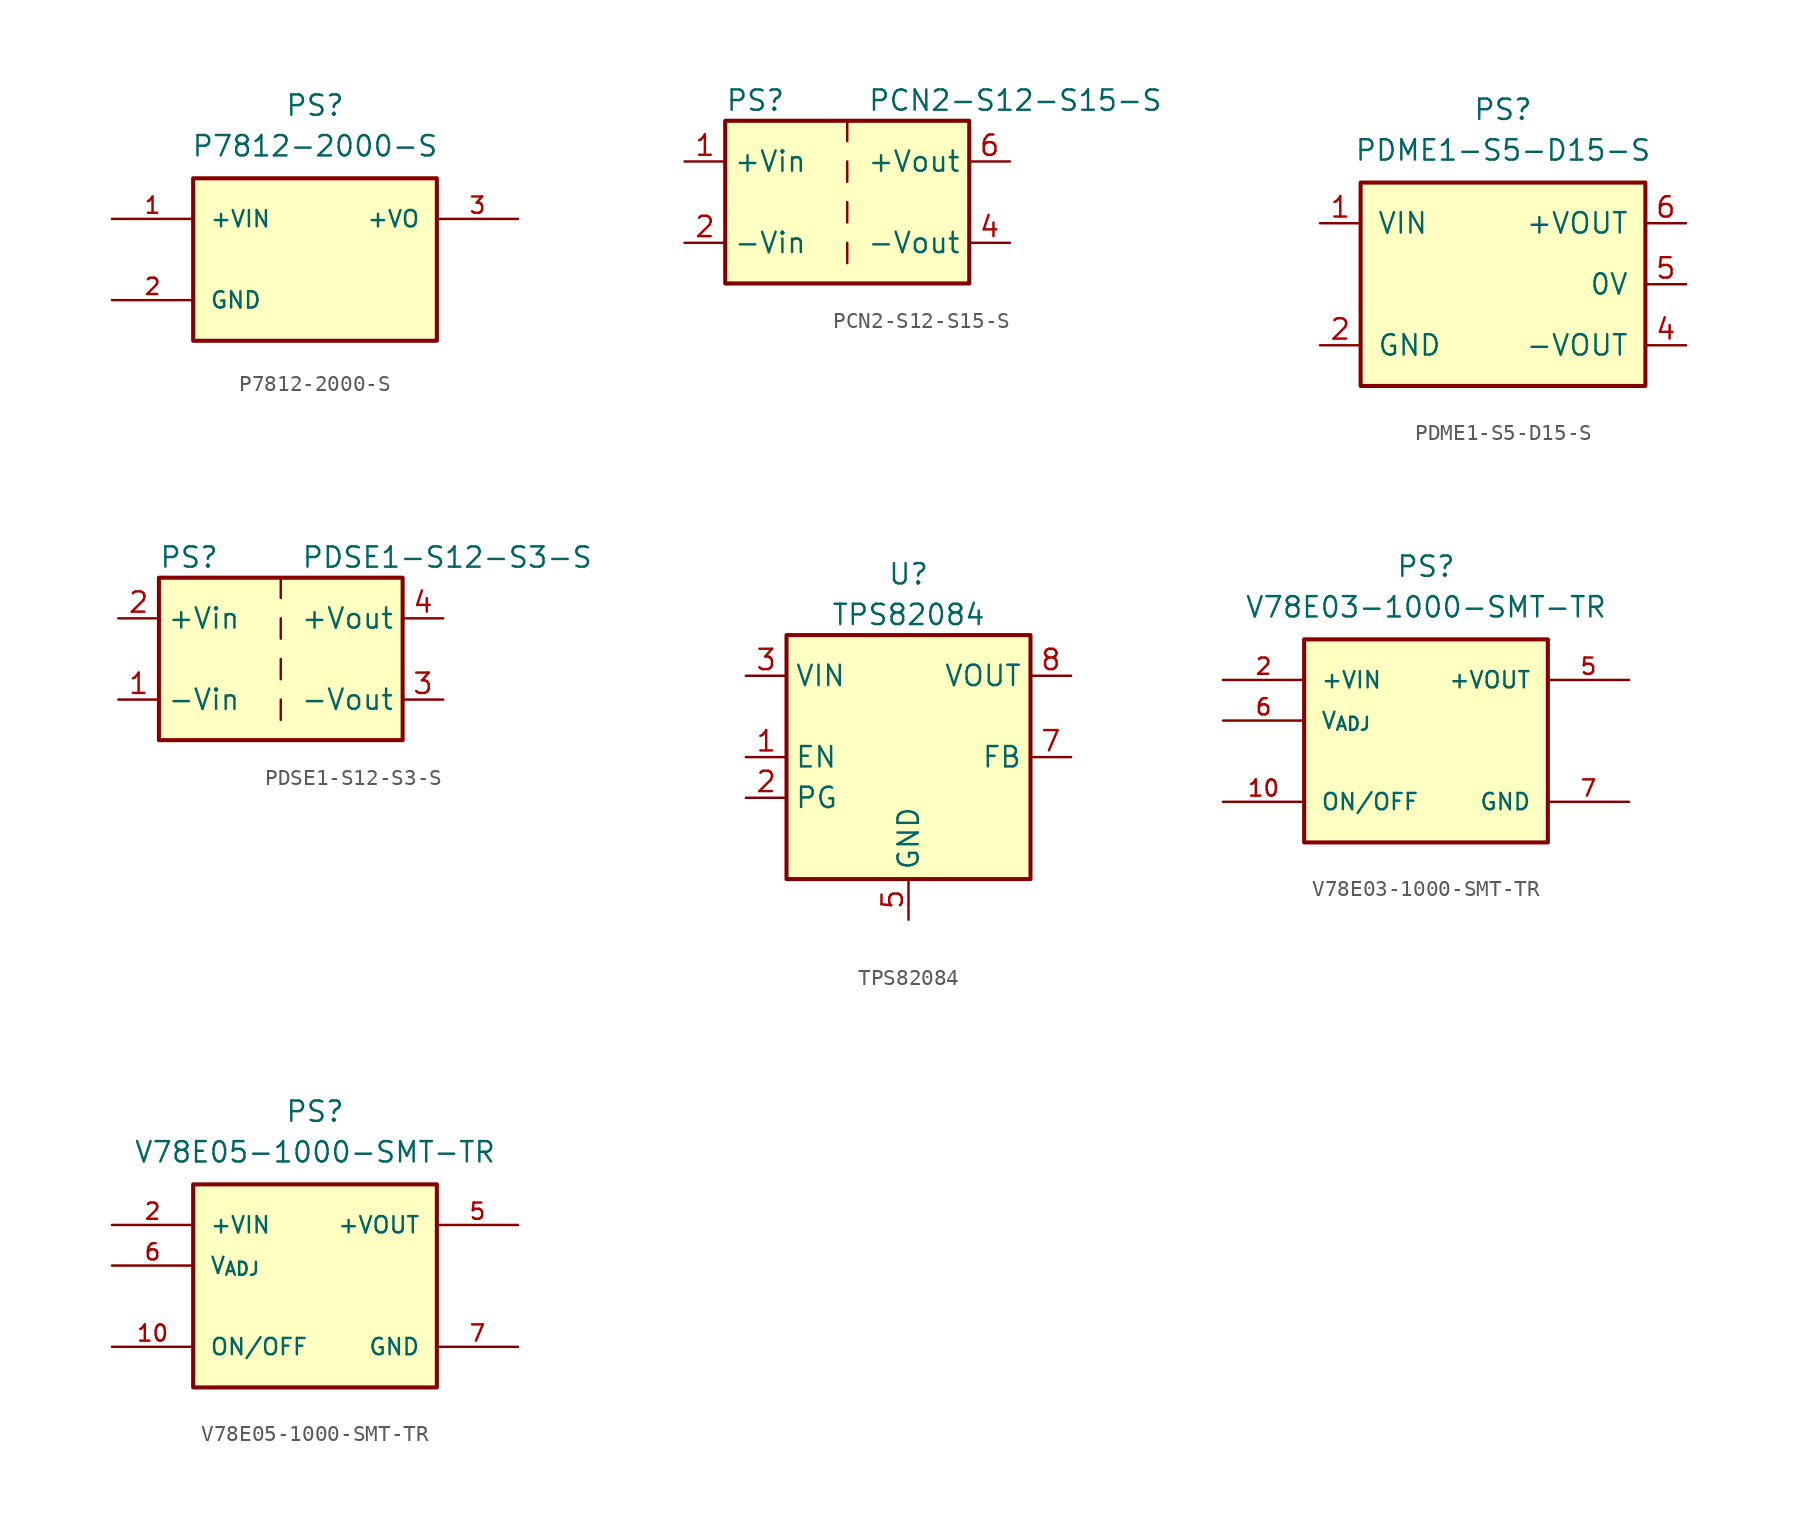
<source format=kicad_sym>
(kicad_symbol_lib
  (version 20220914)
  (generator kicad_symbol_editor)
  (symbol "P7812-2000-S"
    (pin_names
      (offset 1.016))
    (property "Reference" "PS"
      (at 0 8.89 0)
      (effects (font (size 1.27 1.27)) (justify bottom)))
    (property "Value" "P7812-2000-S"
      (at 0 6.35 0)
      (effects (font (size 1.27 1.27)) (justify bottom)))
    (symbol "P7812-2000-S_0_0"
      (rectangle (start -7.62 5.08) (end 7.62 -5.08) (stroke (width 0.254) (type solid)) (fill (type background)))
      (pin input line (at -12.7 2.54 0) (length 5.08) (name "+VIN" (effects (font (size 1.016 1.016)))) (number "1" (effects (font (size 1.016 1.016)))))
      (pin power_in line (at -12.7 -2.54 0) (length 5.08) (name "GND" (effects (font (size 1.016 1.016)))) (number "2" (effects (font (size 1.016 1.016)))))
      (pin power_out line (at 12.7 2.54 180) (length 5.08) (name "+VO" (effects (font (size 1.016 1.016)))) (number "3" (effects (font (size 1.016 1.016)))))))
  (symbol "PCN2-S12-S15-S"
    (property "Reference" "PS"
      (at -7.62 6.35 0)
      (effects (font (size 1.27 1.27)) (justify left)))
    (property "Value" "PCN2-S12-S15-S"
      (at 1.27 6.35 0)
      (effects (font (size 1.27 1.27)) (justify left)))
    (symbol "PCN2-S12-S15-S_0_0"
      (pin power_in line (at -10.16 2.54 0) (length 2.54) (name "+Vin" (effects (font (size 1.27 1.27)))) (number "1" (effects (font (size 1.27 1.27)))))
      (pin power_in line (at -10.16 -2.54 0) (length 2.54) (name "-Vin" (effects (font (size 1.27 1.27)))) (number "2" (effects (font (size 1.27 1.27)))))
      (pin power_out line (at 10.16 -2.54 180) (length 2.54) (name "-Vout" (effects (font (size 1.27 1.27)))) (number "4" (effects (font (size 1.27 1.27)))))
      (pin power_out line (at 10.16 2.54 180) (length 2.54) (name "+Vout" (effects (font (size 1.27 1.27)))) (number "6" (effects (font (size 1.27 1.27))))))
    (symbol "PCN2-S12-S15-S_0_1"
      (rectangle (start -7.62 5.08) (end 7.62 -5.08) (stroke (width 0.254) (type default)) (fill (type background)))
      (polyline (pts (xy 0 -2.54) (xy 0 -3.81)) (stroke (width 0) (type default)) (fill (type none)))
      (polyline (pts (xy 0 0) (xy 0 -1.27)) (stroke (width 0) (type default)) (fill (type none)))
      (polyline (pts (xy 0 2.54) (xy 0 1.27)) (stroke (width 0) (type default)) (fill (type none)))
      (polyline (pts (xy 0 5.08) (xy 0 3.81)) (stroke (width 0) (type default)) (fill (type none)))))
  (symbol "PDME1-S5-D15-S"
    (pin_names
      (offset 1.016))
    (property "Reference" "PS"
      (at 0 11.43 0)
      (effects (font (size 1.27 1.27)) (justify bottom)))
    (property "Value" "PDME1-S5-D15-S"
      (at 0 8.89 0)
      (effects (font (size 1.27 1.27)) (justify bottom)))
    (symbol "PDME1-S5-D15-S_0_0"
      (rectangle (start -8.89 7.62) (end 8.89 -5.08) (stroke (width 0.254) (type solid)) (fill (type background)))
      (pin input line (at -11.43 5.08 0) (length 2.54) (name "VIN" (effects (font (size 1.27 1.27)))) (number "1" (effects (font (size 1.27 1.27)))))
      (pin power_in line (at -11.43 -2.54 0) (length 2.54) (name "GND" (effects (font (size 1.27 1.27)))) (number "2" (effects (font (size 1.27 1.27)))))
      (pin output line (at 11.43 -2.54 180) (length 2.54) (name "-VOUT" (effects (font (size 1.27 1.27)))) (number "4" (effects (font (size 1.27 1.27)))))
      (pin passive line (at 11.43 1.27 180) (length 2.54) (name "0V" (effects (font (size 1.27 1.27)))) (number "5" (effects (font (size 1.27 1.27)))))
      (pin output line (at 11.43 5.08 180) (length 2.54) (name "+VOUT" (effects (font (size 1.27 1.27)))) (number "6" (effects (font (size 1.27 1.27)))))))
  (symbol "PDSE1-S12-S3-S"
    (property "Reference" "PS"
      (at -7.62 6.35 0)
      (effects (font (size 1.27 1.27)) (justify left)))
    (property "Value" "PDSE1-S12-S3-S"
      (at 1.27 6.35 0)
      (effects (font (size 1.27 1.27)) (justify left)))
    (symbol "PDSE1-S12-S3-S_0_0"
      (pin power_in line (at -10.16 -2.54 0) (length 2.54) (name "-Vin" (effects (font (size 1.27 1.27)))) (number "1" (effects (font (size 1.27 1.27)))))
      (pin power_in line (at -10.16 2.54 0) (length 2.54) (name "+Vin" (effects (font (size 1.27 1.27)))) (number "2" (effects (font (size 1.27 1.27)))))
      (pin power_out line (at 10.16 -2.54 180) (length 2.54) (name "-Vout" (effects (font (size 1.27 1.27)))) (number "3" (effects (font (size 1.27 1.27)))))
      (pin power_out line (at 10.16 2.54 180) (length 2.54) (name "+Vout" (effects (font (size 1.27 1.27)))) (number "4" (effects (font (size 1.27 1.27))))))
    (symbol "PDSE1-S12-S3-S_0_1"
      (rectangle (start -7.62 5.08) (end 7.62 -5.08) (stroke (width 0.254) (type default)) (fill (type background)))
      (polyline (pts (xy 0 -2.54) (xy 0 -3.81)) (stroke (width 0) (type default)) (fill (type none)))
      (polyline (pts (xy 0 0) (xy 0 -1.27)) (stroke (width 0) (type default)) (fill (type none)))
      (polyline (pts (xy 0 2.54) (xy 0 1.27)) (stroke (width 0) (type default)) (fill (type none)))
      (polyline (pts (xy 0 5.08) (xy 0 3.81)) (stroke (width 0) (type default)) (fill (type none)))))
  (symbol "TPS82084"
    (property "Reference" "U"
      (at 0 11.43 0)
      (effects (font (size 1.27 1.27))))
    (property "Value" "TPS82084"
      (at 0 8.89 0)
      (effects (font (size 1.27 1.27))))
    (symbol "TPS82084_0_1"
      (rectangle (start -7.62 7.62) (end 7.62 -7.62) (stroke (width 0.254) (type default)) (fill (type background))))
    (symbol "TPS82084_1_1"
      (pin input line (at -10.16 0 0) (length 2.54) (name "EN" (effects (font (size 1.27 1.27)))) (number "1" (effects (font (size 1.27 1.27)))))
      (pin open_collector line (at -10.16 -2.54 0) (length 2.54) (name "PG" (effects (font (size 1.27 1.27)))) (number "2" (effects (font (size 1.27 1.27)))))
      (pin power_in line (at -10.16 5.08 0) (length 2.54) (name "VIN" (effects (font (size 1.27 1.27)))) (number "3" (effects (font (size 1.27 1.27)))))
      (pin power_in line (at -10.16 5.08 0) (length 2.54) hide (name "VIN" (effects (font (size 1.27 1.27)))) (number "4" (effects (font (size 1.27 1.27)))))
      (pin power_in line (at 0 -10.16 90) (length 2.54) (name "GND" (effects (font (size 1.27 1.27)))) (number "5" (effects (font (size 1.27 1.27)))))
      (pin passive line (at 0 -10.16 90) (length 2.54) hide (name "GND" (effects (font (size 1.27 1.27)))) (number "6" (effects (font (size 1.27 1.27)))))
      (pin input line (at 10.16 0 180) (length 2.54) (name "FB" (effects (font (size 1.27 1.27)))) (number "7" (effects (font (size 1.27 1.27)))))
      (pin power_out line (at 10.16 5.08 180) (length 2.54) (name "VOUT" (effects (font (size 1.27 1.27)))) (number "8" (effects (font (size 1.27 1.27)))))
      (pin passive line (at 0 -10.16 90) (length 2.54) hide (name "GND" (effects (font (size 1.27 1.27)))) (number "9" (effects (font (size 1.27 1.27)))))))
  (symbol "V78E03-1000-SMT-TR"
    (pin_names
      (offset 1.016))
    (property "Reference" "PS"
      (at 0 3.81 0)
      (effects (font (size 1.27 1.27)) (justify bottom)))
    (property "Value" "V78E03-1000-SMT-TR"
      (at 0 1.27 0)
      (effects (font (size 1.27 1.27)) (justify bottom)))
    (symbol "V78E03-1000-SMT-TR_0_0"
      (rectangle (start -7.62 0) (end 7.62 -12.7) (stroke (width 0.254) (type solid)) (fill (type background)))
      (pin input line (at -12.7 -2.54 0) (length 5.08) hide (name "+VIN" (effects (font (size 1.016 1.016)))) (number "1" (effects (font (size 1.016 1.016)))))
      (pin input line (at -12.7 -10.16 0) (length 5.08) (name "ON/OFF" (effects (font (size 1.016 1.016)))) (number "10" (effects (font (size 1.016 1.016)))))
      (pin input line (at -12.7 -2.54 0) (length 5.08) (name "+VIN" (effects (font (size 1.016 1.016)))) (number "2" (effects (font (size 1.016 1.016)))))
      (pin power_in line (at 12.7 -10.16 180) (length 5.08) hide (name "GND" (effects (font (size 1.016 1.016)))) (number "3" (effects (font (size 1.016 1.016)))))
      (pin passive line (at 12.7 -2.54 180) (length 5.08) hide (name "+VOUT" (effects (font (size 1.016 1.016)))) (number "4" (effects (font (size 1.016 1.016)))))
      (pin power_out line (at 12.7 -2.54 180) (length 5.08) (name "+VOUT" (effects (font (size 1.016 1.016)))) (number "5" (effects (font (size 1.016 1.016)))))
      (pin input line (at -12.7 -5.08 0) (length 5.08) (name "V_{ADJ}" (effects (font (size 1.016 1.016)))) (number "6" (effects (font (size 1.016 1.016)))))
      (pin power_in line (at 12.7 -10.16 180) (length 5.08) (name "GND" (effects (font (size 1.016 1.016)))) (number "7" (effects (font (size 1.016 1.016)))))))
  (symbol "V78E05-1000-SMT-TR"
    (pin_names
      (offset 1.016))
    (property "Reference" "PS"
      (at 0 3.81 0)
      (effects (font (size 1.27 1.27)) (justify bottom)))
    (property "Value" "V78E05-1000-SMT-TR"
      (at 0 1.27 0)
      (effects (font (size 1.27 1.27)) (justify bottom)))
    (symbol "V78E05-1000-SMT-TR_0_0"
      (rectangle (start -7.62 0) (end 7.62 -12.7) (stroke (width 0.254) (type solid)) (fill (type background)))
      (pin input line (at -12.7 -2.54 0) (length 5.08) hide (name "+VIN" (effects (font (size 1.016 1.016)))) (number "1" (effects (font (size 1.016 1.016)))))
      (pin input line (at -12.7 -10.16 0) (length 5.08) (name "ON/OFF" (effects (font (size 1.016 1.016)))) (number "10" (effects (font (size 1.016 1.016)))))
      (pin input line (at -12.7 -2.54 0) (length 5.08) (name "+VIN" (effects (font (size 1.016 1.016)))) (number "2" (effects (font (size 1.016 1.016)))))
      (pin power_in line (at 12.7 -10.16 180) (length 5.08) hide (name "GND" (effects (font (size 1.016 1.016)))) (number "3" (effects (font (size 1.016 1.016)))))
      (pin passive line (at 12.7 -2.54 180) (length 5.08) hide (name "+VOUT" (effects (font (size 1.016 1.016)))) (number "4" (effects (font (size 1.016 1.016)))))
      (pin power_out line (at 12.7 -2.54 180) (length 5.08) (name "+VOUT" (effects (font (size 1.016 1.016)))) (number "5" (effects (font (size 1.016 1.016)))))
      (pin input line (at -12.7 -5.08 0) (length 5.08) (name "V_{ADJ}" (effects (font (size 1.016 1.016)))) (number "6" (effects (font (size 1.016 1.016)))))
      (pin power_in line (at 12.7 -10.16 180) (length 5.08) (name "GND" (effects (font (size 1.016 1.016)))) (number "7" (effects (font (size 1.016 1.016))))))))
</source>
